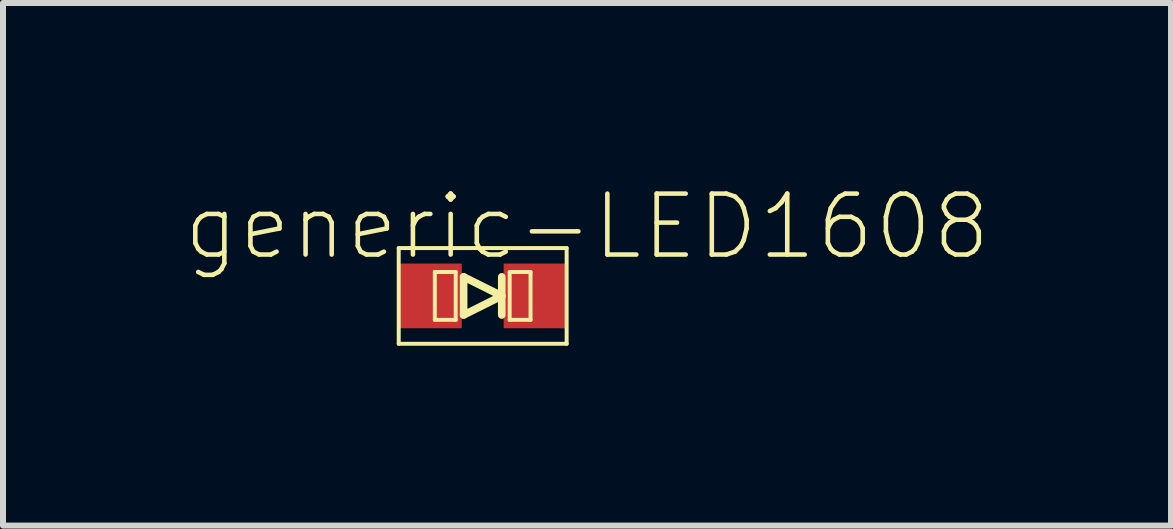
<source format=kicad_pcb>
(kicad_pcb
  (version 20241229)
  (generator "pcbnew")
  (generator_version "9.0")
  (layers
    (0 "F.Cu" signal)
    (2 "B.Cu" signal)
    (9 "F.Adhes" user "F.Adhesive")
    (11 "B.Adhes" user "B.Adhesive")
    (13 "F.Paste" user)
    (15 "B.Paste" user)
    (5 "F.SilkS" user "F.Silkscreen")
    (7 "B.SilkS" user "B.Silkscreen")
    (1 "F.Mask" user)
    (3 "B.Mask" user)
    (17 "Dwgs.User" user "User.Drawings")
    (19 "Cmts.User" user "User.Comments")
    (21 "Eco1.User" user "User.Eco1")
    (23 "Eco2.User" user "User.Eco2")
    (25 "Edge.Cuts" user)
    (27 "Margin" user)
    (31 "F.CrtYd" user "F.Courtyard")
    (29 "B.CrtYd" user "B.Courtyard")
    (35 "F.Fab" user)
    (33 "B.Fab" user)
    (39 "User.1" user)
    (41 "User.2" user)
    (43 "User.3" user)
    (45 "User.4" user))
  (footprint "generic-LED1608"
    (layer "F.Cu")
    (at 4.998 1.884)
    (property "Reference" "generic-LED1608" (at 1.74 -1.156 0) (layer "F.SilkS") (effects (font (size 1.016 1.016) (thickness 0.076))))
    (attr smd)
    (fp_line (start -1.4 -0.798) (end 1.4 -0.798) (stroke (width 0.066) (type solid)) (layer "F.SilkS"))
    (fp_line (start -1.4 0.798) (end -1.4 -0.798) (stroke (width 0.066) (type solid)) (layer "F.SilkS"))
    (fp_line (start -1.4 0.798) (end 1.4 0.798) (stroke (width 0.066) (type solid)) (layer "F.SilkS"))
    (fp_line (start -0.798 -0.399) (end -0.45 -0.399) (stroke (width 0.066) (type solid)) (layer "F.SilkS"))
    (fp_line (start -0.798 0.399) (end -0.798 -0.399) (stroke (width 0.066) (type solid)) (layer "F.SilkS"))
    (fp_line (start -0.798 0.399) (end -0.45 0.399) (stroke (width 0.066) (type solid)) (layer "F.SilkS"))
    (fp_line (start -0.45 0.399) (end -0.45 -0.399) (stroke (width 0.066) (type solid)) (layer "F.SilkS"))
    (fp_line (start -0.318 -0.318) (end -0.318 0.318) (stroke (width 0.127) (type solid)) (layer "F.SilkS"))
    (fp_line (start -0.318 0.318) (end 0.318 0) (stroke (width 0.127) (type solid)) (layer "F.SilkS"))
    (fp_line (start 0.318 -0.318) (end 0.318 0.318) (stroke (width 0.127) (type solid)) (layer "F.SilkS"))
    (fp_line (start 0.318 0) (end -0.318 -0.318) (stroke (width 0.127) (type solid)) (layer "F.SilkS"))
    (fp_line (start 0.45 -0.399) (end 0.798 -0.399) (stroke (width 0.066) (type solid)) (layer "F.SilkS"))
    (fp_line (start 0.45 0.399) (end 0.45 -0.399) (stroke (width 0.066) (type solid)) (layer "F.SilkS"))
    (fp_line (start 0.45 0.399) (end 0.798 0.399) (stroke (width 0.066) (type solid)) (layer "F.SilkS"))
    (fp_line (start 0.798 0.399) (end 0.798 -0.399) (stroke (width 0.066) (type solid)) (layer "F.SilkS"))
    (fp_line (start 1.4 0.798) (end 1.4 -0.798) (stroke (width 0.066) (type solid)) (layer "F.SilkS"))
    (pad "A" smd rect (at -0.874 0) (size 1.049 1.079) (layers "F.Cu" "F.Mask" "F.Paste"))
    (pad "K" smd rect (at 0.874 0) (size 1.049 1.079) (layers "F.Cu" "F.Mask" "F.Paste")))
  (gr_rect
    (start -3 -3)
    (end 16.475 5.714)
    (stroke (width 0.1) (type default))
    (fill no)
    (layer "Edge.Cuts")))
</source>
